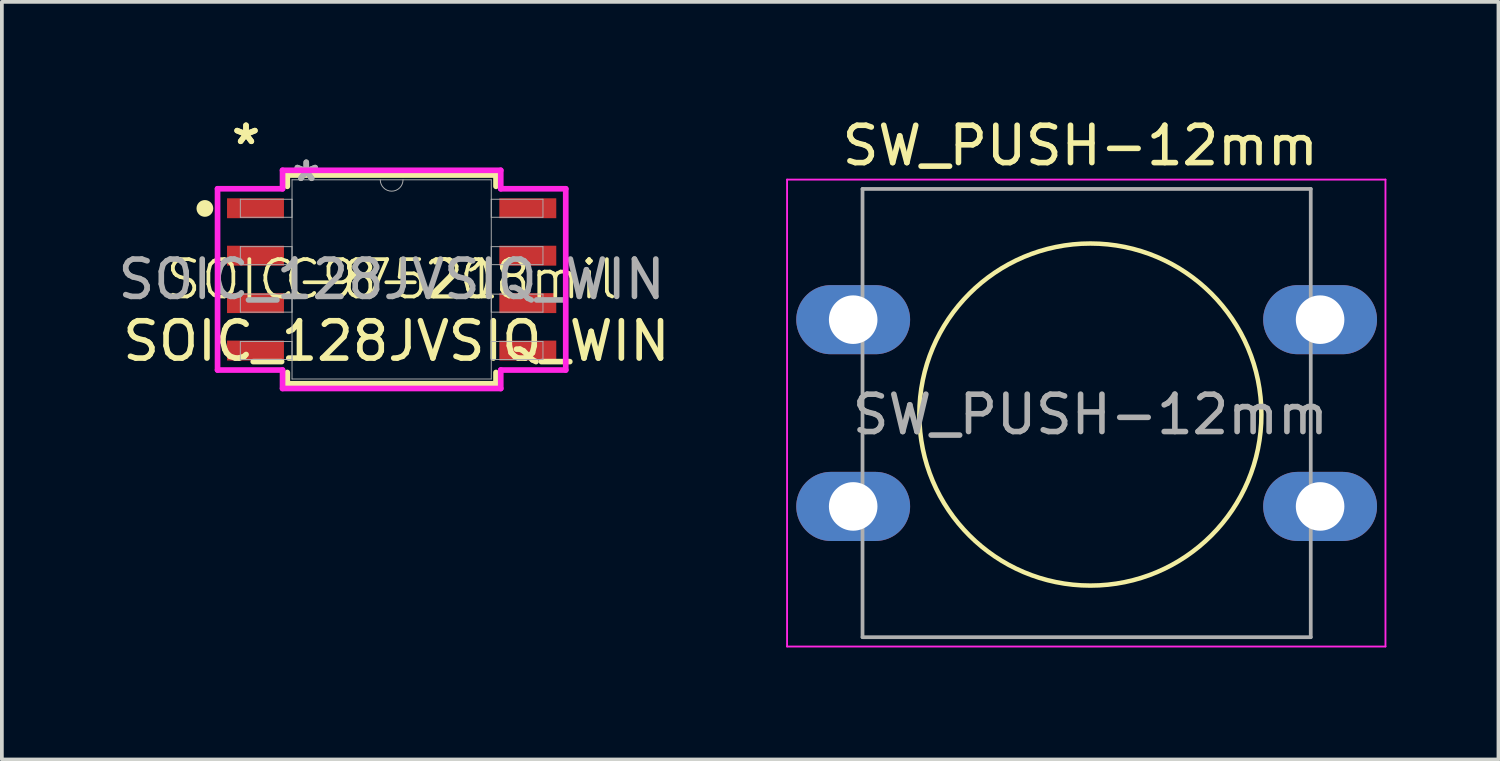
<source format=kicad_pcb>
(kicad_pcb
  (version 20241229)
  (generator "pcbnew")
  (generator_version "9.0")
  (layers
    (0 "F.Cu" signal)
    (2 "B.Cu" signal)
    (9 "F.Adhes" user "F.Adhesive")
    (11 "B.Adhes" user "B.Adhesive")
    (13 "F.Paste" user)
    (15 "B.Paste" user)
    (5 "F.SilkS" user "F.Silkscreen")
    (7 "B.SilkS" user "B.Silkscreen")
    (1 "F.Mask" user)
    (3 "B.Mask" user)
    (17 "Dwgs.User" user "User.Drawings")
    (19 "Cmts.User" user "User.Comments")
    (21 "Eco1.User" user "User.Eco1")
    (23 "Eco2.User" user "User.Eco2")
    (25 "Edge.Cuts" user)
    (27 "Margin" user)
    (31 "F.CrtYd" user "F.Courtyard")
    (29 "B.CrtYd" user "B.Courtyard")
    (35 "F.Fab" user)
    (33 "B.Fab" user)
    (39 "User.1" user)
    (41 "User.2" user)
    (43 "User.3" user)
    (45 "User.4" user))
  (footprint "SOIC_128JVSIQ_WIN"
    (layer "F.Cu")
    (at 7.435 4.43)
    (property "Reference" "SOIC_128JVSIQ_WIN" (at 0.127 1.651 0) (unlocked yes) (layer "F.SilkS") (effects (font (size 1 1) (thickness 0.15))))
    (property "Package" "SOIC-8-208mil" (at 0 0 0) (layer "F.SilkS") (effects (font (size 1 1) (thickness 0.1))))
    (property "LCSC" "C97521" (at 0 0 0) (layer "F.SilkS") (effects (font (size 1 1) (thickness 0.1))))
    (attr smd)
    (fp_line (start -2.794 -2.794) (end -2.794 -2.492) (stroke (width 0.152) (type solid)) (layer "F.SilkS"))
    (fp_line (start -2.794 2.492) (end -2.794 2.794) (stroke (width 0.152) (type solid)) (layer "F.SilkS"))
    (fp_line (start -2.794 2.794) (end 2.794 2.794) (stroke (width 0.152) (type solid)) (layer "F.SilkS"))
    (fp_line (start 2.794 -2.794) (end -2.794 -2.794) (stroke (width 0.152) (type solid)) (layer "F.SilkS"))
    (fp_line (start 2.794 -2.492) (end 2.794 -2.794) (stroke (width 0.152) (type solid)) (layer "F.SilkS"))
    (fp_line (start 2.794 2.794) (end 2.794 2.492) (stroke (width 0.152) (type solid)) (layer "F.SilkS"))
    (fp_circle (center -5 -1.9) (end -4.826 -1.9) (stroke (width 0.1) (type solid)) (fill yes) (layer "F.SilkS"))
    (fp_line (start -4.661 -2.426) (end -2.921 -2.426) (stroke (width 0.152) (type solid)) (layer "F.CrtYd"))
    (fp_line (start -4.661 2.426) (end -4.661 -2.426) (stroke (width 0.152) (type solid)) (layer "F.CrtYd"))
    (fp_line (start -4.661 2.426) (end -2.921 2.426) (stroke (width 0.152) (type solid)) (layer "F.CrtYd"))
    (fp_line (start -2.921 -2.921) (end 2.921 -2.921) (stroke (width 0.152) (type solid)) (layer "F.CrtYd"))
    (fp_line (start -2.921 -2.426) (end -2.921 -2.921) (stroke (width 0.152) (type solid)) (layer "F.CrtYd"))
    (fp_line (start -2.921 2.921) (end -2.921 2.426) (stroke (width 0.152) (type solid)) (layer "F.CrtYd"))
    (fp_line (start 2.921 -2.921) (end 2.921 -2.426) (stroke (width 0.152) (type solid)) (layer "F.CrtYd"))
    (fp_line (start 2.921 2.426) (end 2.921 2.921) (stroke (width 0.152) (type solid)) (layer "F.CrtYd"))
    (fp_line (start 2.921 2.921) (end -2.921 2.921) (stroke (width 0.152) (type solid)) (layer "F.CrtYd"))
    (fp_line (start 4.661 -2.426) (end 2.921 -2.426) (stroke (width 0.152) (type solid)) (layer "F.CrtYd"))
    (fp_line (start 4.661 -2.426) (end 4.661 2.426) (stroke (width 0.152) (type solid)) (layer "F.CrtYd"))
    (fp_line (start 4.661 2.426) (end 2.921 2.426) (stroke (width 0.152) (type solid)) (layer "F.CrtYd"))
    (fp_line (start -4.051 -2.146) (end -4.051 -1.664) (stroke (width 0.025) (type solid)) (layer "F.Fab"))
    (fp_line (start -4.051 -1.664) (end -2.667 -1.664) (stroke (width 0.025) (type solid)) (layer "F.Fab"))
    (fp_line (start -4.051 -0.876) (end -4.051 -0.394) (stroke (width 0.025) (type solid)) (layer "F.Fab"))
    (fp_line (start -4.051 -0.394) (end -2.667 -0.394) (stroke (width 0.025) (type solid)) (layer "F.Fab"))
    (fp_line (start -4.051 0.394) (end -4.051 0.876) (stroke (width 0.025) (type solid)) (layer "F.Fab"))
    (fp_line (start -4.051 0.876) (end -2.667 0.876) (stroke (width 0.025) (type solid)) (layer "F.Fab"))
    (fp_line (start -4.051 1.664) (end -4.051 2.146) (stroke (width 0.025) (type solid)) (layer "F.Fab"))
    (fp_line (start -4.051 2.146) (end -2.667 2.146) (stroke (width 0.025) (type solid)) (layer "F.Fab"))
    (fp_line (start -2.667 -2.667) (end -2.667 2.667) (stroke (width 0.025) (type solid)) (layer "F.Fab"))
    (fp_line (start -2.667 -2.146) (end -4.051 -2.146) (stroke (width 0.025) (type solid)) (layer "F.Fab"))
    (fp_line (start -2.667 -1.664) (end -2.667 -2.146) (stroke (width 0.025) (type solid)) (layer "F.Fab"))
    (fp_line (start -2.667 -0.876) (end -4.051 -0.876) (stroke (width 0.025) (type solid)) (layer "F.Fab"))
    (fp_line (start -2.667 -0.394) (end -2.667 -0.876) (stroke (width 0.025) (type solid)) (layer "F.Fab"))
    (fp_line (start -2.667 0.394) (end -4.051 0.394) (stroke (width 0.025) (type solid)) (layer "F.Fab"))
    (fp_line (start -2.667 0.876) (end -2.667 0.394) (stroke (width 0.025) (type solid)) (layer "F.Fab"))
    (fp_line (start -2.667 1.664) (end -4.051 1.664) (stroke (width 0.025) (type solid)) (layer "F.Fab"))
    (fp_line (start -2.667 2.146) (end -2.667 1.664) (stroke (width 0.025) (type solid)) (layer "F.Fab"))
    (fp_line (start -2.667 2.667) (end 2.667 2.667) (stroke (width 0.025) (type solid)) (layer "F.Fab"))
    (fp_line (start 2.667 -2.667) (end -2.667 -2.667) (stroke (width 0.025) (type solid)) (layer "F.Fab"))
    (fp_line (start 2.667 -2.146) (end 2.667 -1.664) (stroke (width 0.025) (type solid)) (layer "F.Fab"))
    (fp_line (start 2.667 -1.664) (end 4.051 -1.664) (stroke (width 0.025) (type solid)) (layer "F.Fab"))
    (fp_line (start 2.667 -0.876) (end 2.667 -0.394) (stroke (width 0.025) (type solid)) (layer "F.Fab"))
    (fp_line (start 2.667 -0.394) (end 4.051 -0.394) (stroke (width 0.025) (type solid)) (layer "F.Fab"))
    (fp_line (start 2.667 0.394) (end 2.667 0.876) (stroke (width 0.025) (type solid)) (layer "F.Fab"))
    (fp_line (start 2.667 0.876) (end 4.051 0.876) (stroke (width 0.025) (type solid)) (layer "F.Fab"))
    (fp_line (start 2.667 1.664) (end 2.667 2.146) (stroke (width 0.025) (type solid)) (layer "F.Fab"))
    (fp_line (start 2.667 2.146) (end 4.051 2.146) (stroke (width 0.025) (type solid)) (layer "F.Fab"))
    (fp_line (start 2.667 2.667) (end 2.667 -2.667) (stroke (width 0.025) (type solid)) (layer "F.Fab"))
    (fp_line (start 4.051 -2.146) (end 2.667 -2.146) (stroke (width 0.025) (type solid)) (layer "F.Fab"))
    (fp_line (start 4.051 -1.664) (end 4.051 -2.146) (stroke (width 0.025) (type solid)) (layer "F.Fab"))
    (fp_line (start 4.051 -0.876) (end 2.667 -0.876) (stroke (width 0.025) (type solid)) (layer "F.Fab"))
    (fp_line (start 4.051 -0.394) (end 4.051 -0.876) (stroke (width 0.025) (type solid)) (layer "F.Fab"))
    (fp_line (start 4.051 0.394) (end 2.667 0.394) (stroke (width 0.025) (type solid)) (layer "F.Fab"))
    (fp_line (start 4.051 0.876) (end 4.051 0.394) (stroke (width 0.025) (type solid)) (layer "F.Fab"))
    (fp_line (start 4.051 1.664) (end 2.667 1.664) (stroke (width 0.025) (type solid)) (layer "F.Fab"))
    (fp_line (start 4.051 2.146) (end 4.051 1.664) (stroke (width 0.025) (type solid)) (layer "F.Fab"))
    (fp_arc (start 0.3048 -2.667) (mid 0 -2.3622) (end -0.3048 -2.667) (stroke (width 0.0254) (type solid)) (layer "F.Fab"))
    (fp_text user "*" (at -3.899 -3.581 0) (unlocked yes) (layer "F.SilkS") (effects (font (size 1 1) (thickness 0.15))))
    (fp_text user "*" (at -3.899 -3.581 0) (layer "F.SilkS") (effects (font (size 1 1) (thickness 0.15))))
    (fp_text user "*" (at -2.286 -2.591 0) (unlocked yes) (layer "F.Fab") (effects (font (size 1 1) (thickness 0.15))))
    (fp_text user "*" (at -2.286 -2.591 0) (layer "F.Fab") (effects (font (size 1 1) (thickness 0.15))))
    (fp_text user "${REFERENCE}" (at 0 0 0) (unlocked yes) (layer "F.Fab") (effects (font (size 1 1) (thickness 0.15))))
    (pad "1" smd rect (at -3.645 -1.905) (size 1.524 0.533) (layers "F.Cu" "F.Mask" "F.Paste"))
    (pad "2" smd rect (at -3.645 -0.635) (size 1.524 0.533) (layers "F.Cu" "F.Mask" "F.Paste"))
    (pad "3" smd rect (at -3.645 0.635) (size 1.524 0.533) (layers "F.Cu" "F.Mask" "F.Paste"))
    (pad "4" smd rect (at -3.645 1.905) (size 1.524 0.533) (layers "F.Cu" "F.Mask" "F.Paste"))
    (pad "5" smd rect (at 3.645 1.905) (size 1.524 0.533) (layers "F.Cu" "F.Mask" "F.Paste"))
    (pad "6" smd rect (at 3.645 0.635) (size 1.524 0.533) (layers "F.Cu" "F.Mask" "F.Paste"))
    (pad "7" smd rect (at 3.645 -0.635) (size 1.524 0.533) (layers "F.Cu" "F.Mask" "F.Paste"))
    (pad "8" smd rect (at 3.645 -1.905) (size 1.524 0.533) (layers "F.Cu" "F.Mask" "F.Paste")))
  (footprint "SW_PUSH-12mm"
    (layer "F.Cu")
    (at 19.791 5.508)
    (property "Reference" "SW_PUSH-12mm" (at 6.08 -4.66 0) (layer "F.SilkS") (effects (font (size 1 1) (thickness 0.15))))
    (attr through_hole)
    (fp_circle (center 6.35 2.54) (end 10.16 5.08) (stroke (width 0.12) (type solid)) (fill no) (layer "F.SilkS"))
    (fp_line (start -1.77 -3.75) (end -1.77 8.75) (stroke (width 0.05) (type solid)) (layer "F.CrtYd"))
    (fp_line (start -1.77 -3.75) (end 14.25 -3.75) (stroke (width 0.05) (type solid)) (layer "F.CrtYd"))
    (fp_line (start 14.25 8.75) (end -1.77 8.75) (stroke (width 0.05) (type solid)) (layer "F.CrtYd"))
    (fp_line (start 14.25 8.75) (end 14.25 -3.75) (stroke (width 0.05) (type solid)) (layer "F.CrtYd"))
    (fp_line (start 0.25 -3.5) (end 0.25 8.5) (stroke (width 0.1) (type solid)) (layer "F.Fab"))
    (fp_line (start 0.25 -3.5) (end 12.25 -3.5) (stroke (width 0.1) (type solid)) (layer "F.Fab"))
    (fp_line (start 0.25 8.5) (end 12.25 8.5) (stroke (width 0.1) (type solid)) (layer "F.Fab"))
    (fp_line (start 12.25 -3.5) (end 12.25 8.5) (stroke (width 0.1) (type solid)) (layer "F.Fab"))
    (fp_text user "${REFERENCE}" (at 6.35 2.54 0) (layer "F.Fab") (effects (font (size 1 1) (thickness 0.15))))
    (pad "1" thru_hole oval (at 0 0) (size 3.048 1.85) (drill 1.3) (layers "*.Cu" "*.Mask"))
    (pad "1" thru_hole oval (at 12.5 0) (size 3.048 1.85) (drill 1.3) (layers "*.Cu" "*.Mask"))
    (pad "2" thru_hole oval (at 0 5) (size 3.048 1.85) (drill 1.3) (layers "*.Cu" "*.Mask"))
    (pad "2" thru_hole oval (at 12.5 5) (size 3.048 1.85) (drill 1.3) (layers "*.Cu" "*.Mask")))
  (gr_rect
    (start -3 -3)
    (end 37.066 17.283)
    (stroke (width 0.1) (type default))
    (fill no)
    (layer "Edge.Cuts")))
</source>
